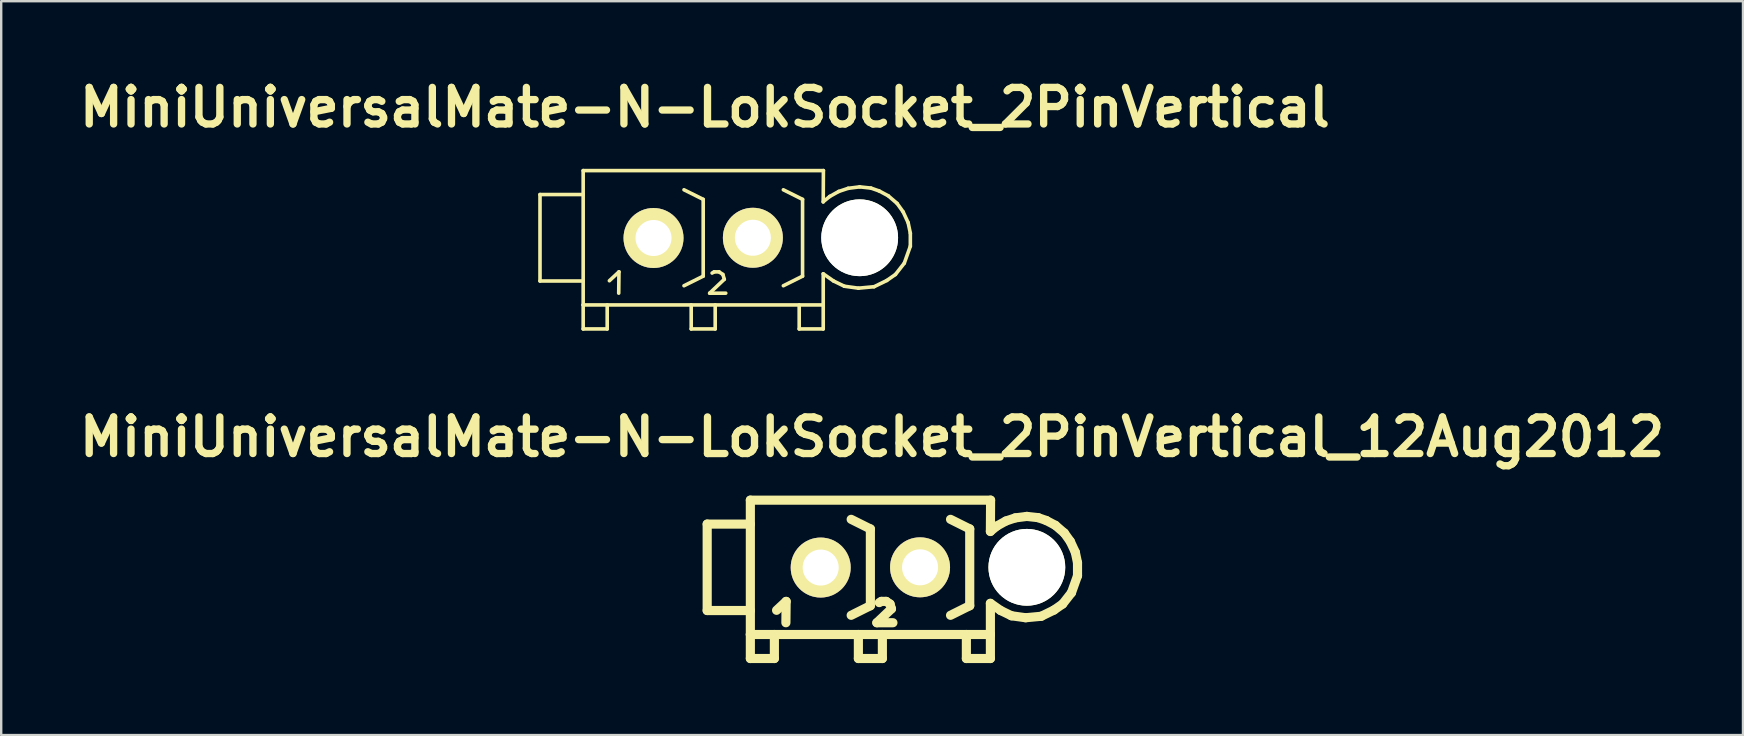
<source format=kicad_pcb>
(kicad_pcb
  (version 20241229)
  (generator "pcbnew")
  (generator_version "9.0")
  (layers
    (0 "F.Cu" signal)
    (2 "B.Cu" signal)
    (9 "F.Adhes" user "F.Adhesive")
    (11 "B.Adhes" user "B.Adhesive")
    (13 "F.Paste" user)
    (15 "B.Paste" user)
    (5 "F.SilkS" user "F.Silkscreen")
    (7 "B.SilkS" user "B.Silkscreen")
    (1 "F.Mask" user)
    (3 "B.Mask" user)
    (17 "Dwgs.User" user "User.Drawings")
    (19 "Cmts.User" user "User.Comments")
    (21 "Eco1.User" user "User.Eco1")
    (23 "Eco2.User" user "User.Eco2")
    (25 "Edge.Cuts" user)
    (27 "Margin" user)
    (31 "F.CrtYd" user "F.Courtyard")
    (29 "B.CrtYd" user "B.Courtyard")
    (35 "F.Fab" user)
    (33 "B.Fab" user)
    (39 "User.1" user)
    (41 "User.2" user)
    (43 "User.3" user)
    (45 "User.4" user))
  (footprint "MiniUniversalMate-N-LokSocket_2PinVertical"
    (layer "F.Cu")
    (at 26.251 6.857)
    (property "Reference" "MiniUniversalMate-N-LokSocket_2PinVertical" (at 0.071 -5.431 0) (layer "F.SilkS") (effects (font (size 1.524 1.524) (thickness 0.305))))
    (attr through_hole)
    (fp_line (start -6.8 -1.801) (end -6.8 1.801) (stroke (width 0.15) (type solid)) (layer "F.SilkS"))
    (fp_line (start -6.8 1.801) (end -5.001 1.801) (stroke (width 0.15) (type solid)) (layer "F.SilkS"))
    (fp_line (start -5.001 -2.799) (end -5.001 2.799) (stroke (width 0.15) (type solid)) (layer "F.SilkS"))
    (fp_line (start -5.001 -2.799) (end 5.009 -2.799) (stroke (width 0.15) (type solid)) (layer "F.SilkS"))
    (fp_line (start -5.001 -1.801) (end -6.8 -1.801) (stroke (width 0.15) (type solid)) (layer "F.SilkS"))
    (fp_line (start -5.001 2.799) (end -5.001 3.8) (stroke (width 0.15) (type solid)) (layer "F.SilkS"))
    (fp_line (start -5.001 2.799) (end 5.001 2.799) (stroke (width 0.15) (type solid)) (layer "F.SilkS"))
    (fp_line (start -5.001 3.8) (end -4 3.8) (stroke (width 0.15) (type solid)) (layer "F.SilkS"))
    (fp_line (start -4 3.8) (end -4 2.799) (stroke (width 0.15) (type solid)) (layer "F.SilkS"))
    (fp_line (start -3.909 1.791) (end -3.51 1.42) (stroke (width 0.15) (type solid)) (layer "F.SilkS"))
    (fp_line (start -3.51 1.42) (end -3.52 2.309) (stroke (width 0.15) (type solid)) (layer "F.SilkS"))
    (fp_line (start -0.5 3.8) (end -0.5 2.799) (stroke (width 0.15) (type solid)) (layer "F.SilkS"))
    (fp_line (start 0 -1.6) (end -0.8 -1.999) (stroke (width 0.15) (type solid)) (layer "F.SilkS"))
    (fp_line (start 0 -1.6) (end 0 1.6) (stroke (width 0.15) (type solid)) (layer "F.SilkS"))
    (fp_line (start 0 1.6) (end -0.8 1.999) (stroke (width 0.15) (type solid)) (layer "F.SilkS"))
    (fp_line (start 0.269 2.309) (end 0.94 2.309) (stroke (width 0.15) (type solid)) (layer "F.SilkS"))
    (fp_line (start 0.371 1.471) (end 0.46 1.42) (stroke (width 0.15) (type solid)) (layer "F.SilkS"))
    (fp_line (start 0.46 1.42) (end 0.66 1.42) (stroke (width 0.15) (type solid)) (layer "F.SilkS"))
    (fp_line (start 0.5 2.799) (end 0.5 3.8) (stroke (width 0.15) (type solid)) (layer "F.SilkS"))
    (fp_line (start 0.5 3.8) (end -0.5 3.8) (stroke (width 0.15) (type solid)) (layer "F.SilkS"))
    (fp_line (start 0.66 1.42) (end 0.82 1.529) (stroke (width 0.15) (type solid)) (layer "F.SilkS"))
    (fp_line (start 0.82 1.529) (end 0.879 1.73) (stroke (width 0.15) (type solid)) (layer "F.SilkS"))
    (fp_line (start 0.879 1.73) (end 0.269 2.309) (stroke (width 0.15) (type solid)) (layer "F.SilkS"))
    (fp_line (start 4 3.8) (end 4 2.799) (stroke (width 0.15) (type solid)) (layer "F.SilkS"))
    (fp_line (start 4.14 -1.6) (end 3.34 -1.999) (stroke (width 0.15) (type solid)) (layer "F.SilkS"))
    (fp_line (start 4.14 -1.6) (end 4.14 1.6) (stroke (width 0.15) (type solid)) (layer "F.SilkS"))
    (fp_line (start 4.14 1.6) (end 3.34 1.999) (stroke (width 0.15) (type solid)) (layer "F.SilkS"))
    (fp_line (start 5.001 -1.501) (end 5.271 -1.72) (stroke (width 0.15) (type solid)) (layer "F.SilkS"))
    (fp_line (start 5.001 2.799) (end 5.001 1.501) (stroke (width 0.15) (type solid)) (layer "F.SilkS"))
    (fp_line (start 5.001 2.799) (end 5.001 3.8) (stroke (width 0.15) (type solid)) (layer "F.SilkS"))
    (fp_line (start 5.001 3.8) (end 4 3.8) (stroke (width 0.15) (type solid)) (layer "F.SilkS"))
    (fp_line (start 5.009 -2.799) (end 5.001 -1.491) (stroke (width 0.15) (type solid)) (layer "F.SilkS"))
    (fp_line (start 5.271 -1.72) (end 5.649 -1.93) (stroke (width 0.15) (type solid)) (layer "F.SilkS"))
    (fp_line (start 5.431 1.801) (end 5.001 1.501) (stroke (width 0.15) (type solid)) (layer "F.SilkS"))
    (fp_line (start 5.649 -1.93) (end 6.04 -2.06) (stroke (width 0.15) (type solid)) (layer "F.SilkS"))
    (fp_line (start 5.88 2.019) (end 5.431 1.801) (stroke (width 0.15) (type solid)) (layer "F.SilkS"))
    (fp_line (start 6.04 -2.06) (end 6.52 -2.121) (stroke (width 0.15) (type solid)) (layer "F.SilkS"))
    (fp_line (start 6.469 2.101) (end 5.88 2.019) (stroke (width 0.15) (type solid)) (layer "F.SilkS"))
    (fp_line (start 6.52 -2.121) (end 6.99 -2.07) (stroke (width 0.15) (type solid)) (layer "F.SilkS"))
    (fp_line (start 6.99 -2.07) (end 7.33 -1.951) (stroke (width 0.15) (type solid)) (layer "F.SilkS"))
    (fp_line (start 7.12 2.04) (end 6.469 2.101) (stroke (width 0.15) (type solid)) (layer "F.SilkS"))
    (fp_line (start 7.33 -1.951) (end 7.709 -1.75) (stroke (width 0.15) (type solid)) (layer "F.SilkS"))
    (fp_line (start 7.65 1.781) (end 7.12 2.04) (stroke (width 0.15) (type solid)) (layer "F.SilkS"))
    (fp_line (start 7.709 -1.75) (end 8.08 -1.43) (stroke (width 0.15) (type solid)) (layer "F.SilkS"))
    (fp_line (start 8.011 1.529) (end 7.65 1.781) (stroke (width 0.15) (type solid)) (layer "F.SilkS"))
    (fp_line (start 8.08 -1.43) (end 8.331 -1.079) (stroke (width 0.15) (type solid)) (layer "F.SilkS"))
    (fp_line (start 8.331 -1.079) (end 8.539 -0.63) (stroke (width 0.15) (type solid)) (layer "F.SilkS"))
    (fp_line (start 8.379 1.059) (end 8.011 1.529) (stroke (width 0.15) (type solid)) (layer "F.SilkS"))
    (fp_line (start 8.539 -0.63) (end 8.631 -0.191) (stroke (width 0.15) (type solid)) (layer "F.SilkS"))
    (fp_line (start 8.631 -0.191) (end 8.631 0.351) (stroke (width 0.15) (type solid)) (layer "F.SilkS"))
    (fp_line (start 8.631 0.351) (end 8.379 1.059) (stroke (width 0.15) (type solid)) (layer "F.SilkS"))
    (pad "" np_thru_hole circle (at 6.52 0) (size 3.2 3.2) (drill 3.2) (layers "*.Cu" "*.Mask" "F.SilkS"))
    (pad "1" thru_hole circle (at -2.07 0.01 90) (size 2.499 2.499) (drill 1.501) (layers "*.Cu" "*.Mask" "F.SilkS"))
    (pad "2" thru_hole circle (at 2.07 0 90) (size 2.499 2.499) (drill 1.501) (layers "*.Cu" "*.Mask" "F.SilkS")))
  (footprint "MiniUniversalMate-N-LokSocket_2PinVertical_12Aug2012"
    (layer "F.Cu")
    (at 33.217 20.589)
    (property "Reference" "MiniUniversalMate-N-LokSocket_2PinVertical_12Aug2012" (at 0.071 -5.431 0) (layer "F.SilkS") (effects (font (size 1.524 1.524) (thickness 0.305))))
    (attr through_hole)
    (fp_line (start -6.8 -1.801) (end -6.8 1.801) (stroke (width 0.381) (type solid)) (layer "F.SilkS"))
    (fp_line (start -6.8 1.801) (end -5.001 1.801) (stroke (width 0.381) (type solid)) (layer "F.SilkS"))
    (fp_line (start -5.001 -2.799) (end -5.001 2.799) (stroke (width 0.381) (type solid)) (layer "F.SilkS"))
    (fp_line (start -5.001 -2.799) (end 5.009 -2.799) (stroke (width 0.381) (type solid)) (layer "F.SilkS"))
    (fp_line (start -5.001 -1.801) (end -6.8 -1.801) (stroke (width 0.381) (type solid)) (layer "F.SilkS"))
    (fp_line (start -5.001 2.799) (end -5.001 3.8) (stroke (width 0.381) (type solid)) (layer "F.SilkS"))
    (fp_line (start -5.001 2.799) (end 5.001 2.799) (stroke (width 0.381) (type solid)) (layer "F.SilkS"))
    (fp_line (start -5.001 3.8) (end -4 3.8) (stroke (width 0.381) (type solid)) (layer "F.SilkS"))
    (fp_line (start -4 3.8) (end -4 2.799) (stroke (width 0.381) (type solid)) (layer "F.SilkS"))
    (fp_line (start -3.909 1.791) (end -3.51 1.42) (stroke (width 0.381) (type solid)) (layer "F.SilkS"))
    (fp_line (start -3.51 1.42) (end -3.52 2.309) (stroke (width 0.381) (type solid)) (layer "F.SilkS"))
    (fp_line (start -0.5 3.8) (end -0.5 2.799) (stroke (width 0.381) (type solid)) (layer "F.SilkS"))
    (fp_line (start 0 -1.6) (end -0.8 -1.999) (stroke (width 0.381) (type solid)) (layer "F.SilkS"))
    (fp_line (start 0 -1.6) (end 0 1.6) (stroke (width 0.381) (type solid)) (layer "F.SilkS"))
    (fp_line (start 0 1.6) (end -0.8 1.999) (stroke (width 0.381) (type solid)) (layer "F.SilkS"))
    (fp_line (start 0.269 2.309) (end 0.94 2.309) (stroke (width 0.381) (type solid)) (layer "F.SilkS"))
    (fp_line (start 0.371 1.471) (end 0.46 1.42) (stroke (width 0.381) (type solid)) (layer "F.SilkS"))
    (fp_line (start 0.46 1.42) (end 0.66 1.42) (stroke (width 0.381) (type solid)) (layer "F.SilkS"))
    (fp_line (start 0.5 2.799) (end 0.5 3.8) (stroke (width 0.381) (type solid)) (layer "F.SilkS"))
    (fp_line (start 0.5 3.8) (end -0.5 3.8) (stroke (width 0.381) (type solid)) (layer "F.SilkS"))
    (fp_line (start 0.66 1.42) (end 0.82 1.529) (stroke (width 0.381) (type solid)) (layer "F.SilkS"))
    (fp_line (start 0.82 1.529) (end 0.879 1.73) (stroke (width 0.381) (type solid)) (layer "F.SilkS"))
    (fp_line (start 0.879 1.73) (end 0.269 2.309) (stroke (width 0.381) (type solid)) (layer "F.SilkS"))
    (fp_line (start 4 3.8) (end 4 2.799) (stroke (width 0.381) (type solid)) (layer "F.SilkS"))
    (fp_line (start 4.14 -1.6) (end 3.34 -1.999) (stroke (width 0.381) (type solid)) (layer "F.SilkS"))
    (fp_line (start 4.14 -1.6) (end 4.14 1.6) (stroke (width 0.381) (type solid)) (layer "F.SilkS"))
    (fp_line (start 4.14 1.6) (end 3.34 1.999) (stroke (width 0.381) (type solid)) (layer "F.SilkS"))
    (fp_line (start 5.001 -1.501) (end 5.271 -1.72) (stroke (width 0.381) (type solid)) (layer "F.SilkS"))
    (fp_line (start 5.001 2.799) (end 5.001 1.501) (stroke (width 0.381) (type solid)) (layer "F.SilkS"))
    (fp_line (start 5.001 2.799) (end 5.001 3.8) (stroke (width 0.381) (type solid)) (layer "F.SilkS"))
    (fp_line (start 5.001 3.8) (end 4 3.8) (stroke (width 0.381) (type solid)) (layer "F.SilkS"))
    (fp_line (start 5.009 -2.799) (end 5.001 -1.491) (stroke (width 0.381) (type solid)) (layer "F.SilkS"))
    (fp_line (start 5.271 -1.72) (end 5.649 -1.93) (stroke (width 0.381) (type solid)) (layer "F.SilkS"))
    (fp_line (start 5.431 1.801) (end 5.001 1.501) (stroke (width 0.381) (type solid)) (layer "F.SilkS"))
    (fp_line (start 5.649 -1.93) (end 6.04 -2.06) (stroke (width 0.381) (type solid)) (layer "F.SilkS"))
    (fp_line (start 5.88 2.019) (end 5.431 1.801) (stroke (width 0.381) (type solid)) (layer "F.SilkS"))
    (fp_line (start 6.04 -2.06) (end 6.52 -2.121) (stroke (width 0.381) (type solid)) (layer "F.SilkS"))
    (fp_line (start 6.469 2.101) (end 5.88 2.019) (stroke (width 0.381) (type solid)) (layer "F.SilkS"))
    (fp_line (start 6.52 -2.121) (end 6.99 -2.07) (stroke (width 0.381) (type solid)) (layer "F.SilkS"))
    (fp_line (start 6.99 -2.07) (end 7.33 -1.951) (stroke (width 0.381) (type solid)) (layer "F.SilkS"))
    (fp_line (start 7.12 2.04) (end 6.469 2.101) (stroke (width 0.381) (type solid)) (layer "F.SilkS"))
    (fp_line (start 7.33 -1.951) (end 7.709 -1.75) (stroke (width 0.381) (type solid)) (layer "F.SilkS"))
    (fp_line (start 7.65 1.781) (end 7.12 2.04) (stroke (width 0.381) (type solid)) (layer "F.SilkS"))
    (fp_line (start 7.709 -1.75) (end 8.08 -1.43) (stroke (width 0.381) (type solid)) (layer "F.SilkS"))
    (fp_line (start 8.011 1.529) (end 7.65 1.781) (stroke (width 0.381) (type solid)) (layer "F.SilkS"))
    (fp_line (start 8.08 -1.43) (end 8.331 -1.079) (stroke (width 0.381) (type solid)) (layer "F.SilkS"))
    (fp_line (start 8.331 -1.079) (end 8.539 -0.63) (stroke (width 0.381) (type solid)) (layer "F.SilkS"))
    (fp_line (start 8.379 1.059) (end 8.011 1.529) (stroke (width 0.381) (type solid)) (layer "F.SilkS"))
    (fp_line (start 8.539 -0.63) (end 8.631 -0.191) (stroke (width 0.381) (type solid)) (layer "F.SilkS"))
    (fp_line (start 8.631 -0.191) (end 8.631 0.351) (stroke (width 0.381) (type solid)) (layer "F.SilkS"))
    (fp_line (start 8.631 0.351) (end 8.379 1.059) (stroke (width 0.381) (type solid)) (layer "F.SilkS"))
    (pad "" np_thru_hole circle (at 6.52 0) (size 3.2 3.2) (drill 3.2) (layers "*.Cu" "*.Mask" "F.SilkS"))
    (pad "1" thru_hole circle (at -2.07 0.01 90) (size 2.499 2.499) (drill 1.501) (layers "*.Cu" "*.Mask" "F.SilkS"))
    (pad "2" thru_hole circle (at 2.07 0 90) (size 2.499 2.499) (drill 1.501) (layers "*.Cu" "*.Mask" "F.SilkS")))
  (gr_rect
    (start -3 -3)
    (end 69.577 27.579)
    (stroke (width 0.1) (type default))
    (fill no)
    (layer "Edge.Cuts")))
</source>
